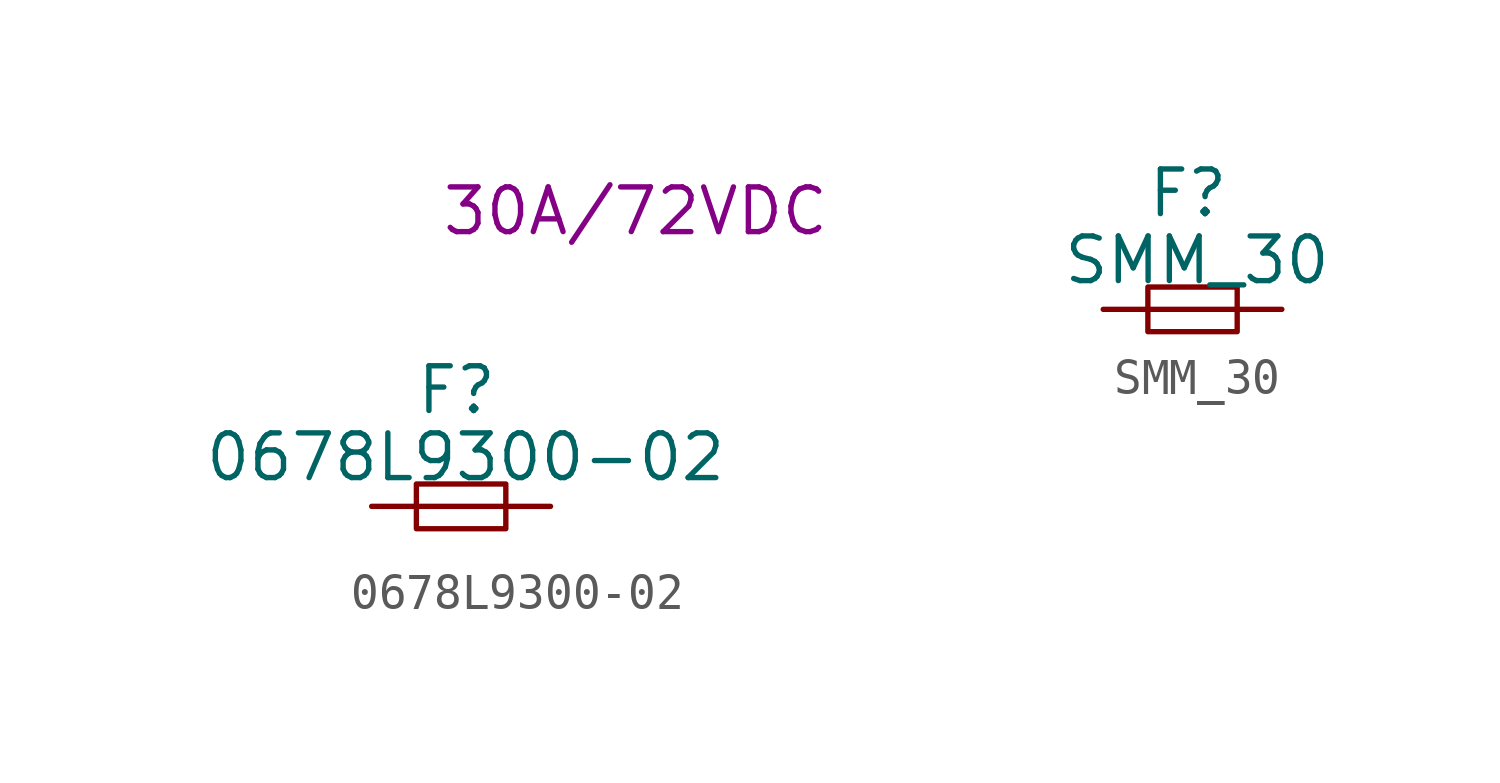
<source format=kicad_sym>
(kicad_symbol_lib
  (version 20220914)
  (generator kicad_symbol_editor)
  (symbol "0678L9300-02"
    (pin_numbers hide)
    (pin_names
      (offset 1.016) hide)
    (property "Reference" "F"
      (at -0.127 3.302 0)
      (effects (font (size 1.27 1.27))))
    (property "Value" "0678L9300-02"
      (at 0.127 1.397 0)
      (effects (font (size 1.27 1.27))))
    (property "Rating" "30A/72VDC"
      (at 4.953 8.382 0)
      (effects (font (size 1.27 1.27))))
    (symbol "0678L9300-02_0_1"
      (rectangle (start -1.27 0.635) (end 1.27 -0.635) (stroke (width 0) (type solid)) (fill (type none)))
      (polyline (pts (xy -1.27 0) (xy 1.27 0)) (stroke (width 0) (type solid)) (fill (type none))))
    (symbol "0678L9300-02_1_1"
      (pin passive line (at -2.54 0 0) (length 1.27) (name "1" (effects (font (size 1.27 1.27)))) (number "1" (effects (font (size 1.27 1.27)))))
      (pin passive line (at 2.54 0 180) (length 1.27) (name "2" (effects (font (size 1.27 1.27)))) (number "2" (effects (font (size 1.27 1.27)))))))
  (symbol "SMM_30"
    (pin_numbers hide)
    (pin_names
      (offset 1.016) hide)
    (property "Reference" "F"
      (at -0.127 3.302 0)
      (effects (font (size 1.27 1.27))))
    (property "Value" "SMM_30"
      (at 0.127 1.397 0)
      (effects (font (size 1.27 1.27))))
    (symbol "SMM_30_0_1"
      (rectangle (start -1.27 0.635) (end 1.27 -0.635) (stroke (width 0) (type solid)) (fill (type none)))
      (polyline (pts (xy -1.27 0) (xy 1.27 0)) (stroke (width 0) (type solid)) (fill (type none))))
    (symbol "SMM_30_1_1"
      (pin passive line (at -2.54 0 0) (length 1.27) (name "1" (effects (font (size 1.27 1.27)))) (number "1" (effects (font (size 1.27 1.27)))))
      (pin passive line (at 2.54 0 180) (length 1.27) (name "2" (effects (font (size 1.27 1.27)))) (number "2" (effects (font (size 1.27 1.27))))))))
</source>
